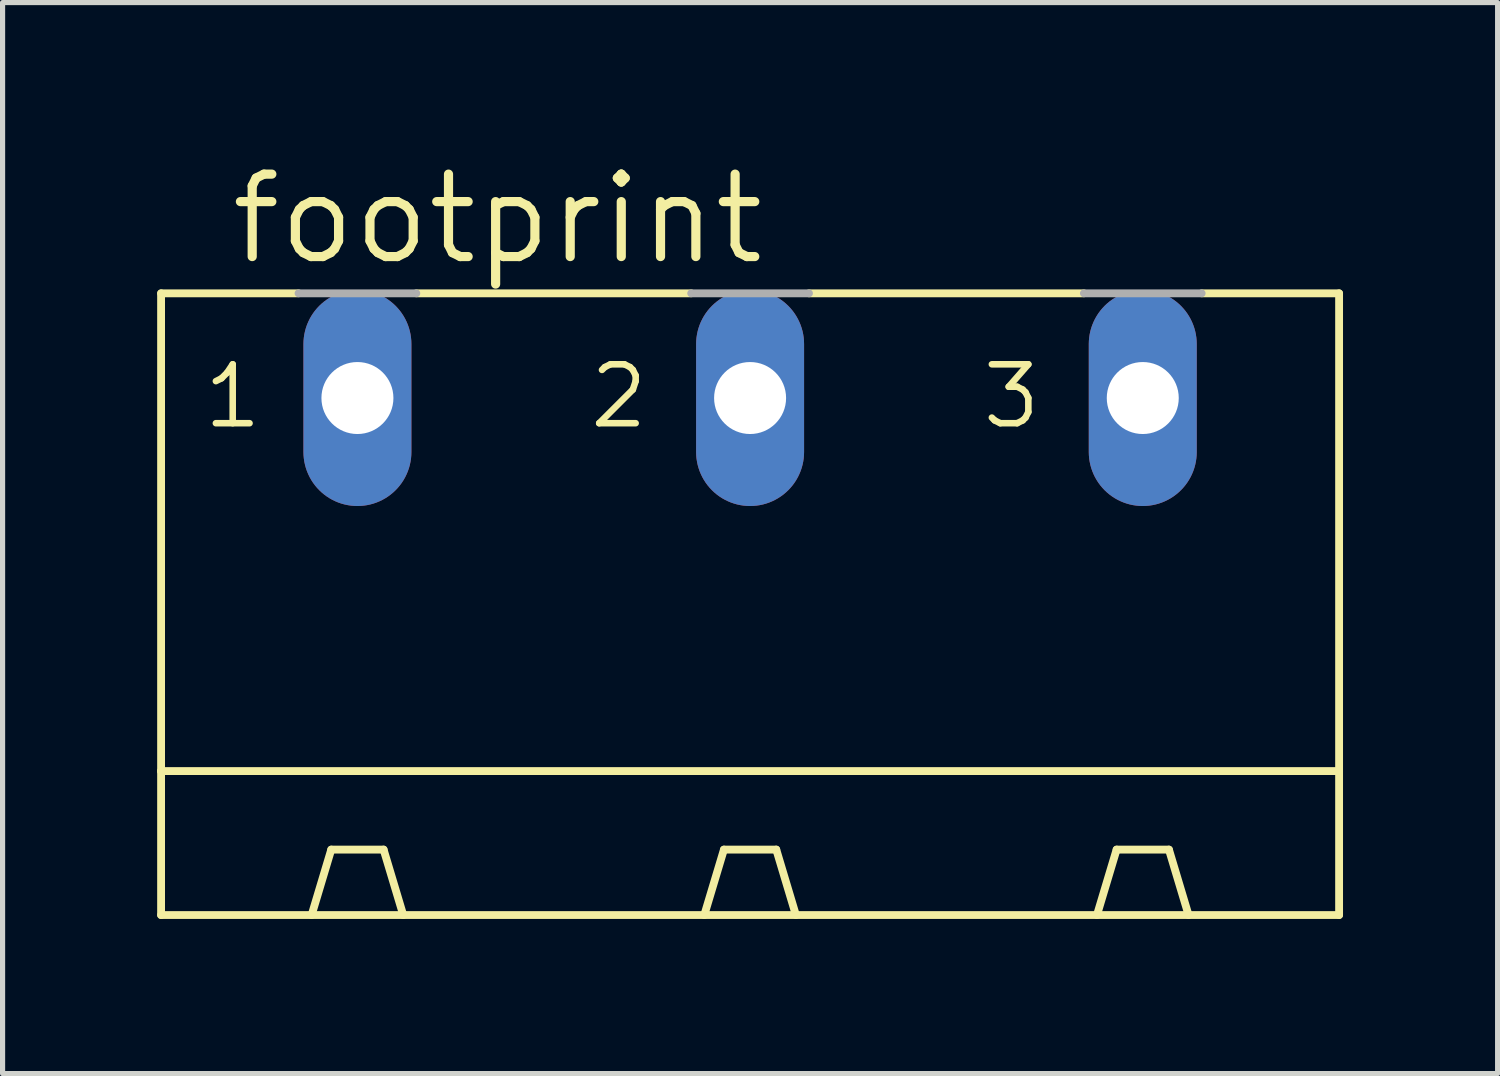
<source format=kicad_pcb>
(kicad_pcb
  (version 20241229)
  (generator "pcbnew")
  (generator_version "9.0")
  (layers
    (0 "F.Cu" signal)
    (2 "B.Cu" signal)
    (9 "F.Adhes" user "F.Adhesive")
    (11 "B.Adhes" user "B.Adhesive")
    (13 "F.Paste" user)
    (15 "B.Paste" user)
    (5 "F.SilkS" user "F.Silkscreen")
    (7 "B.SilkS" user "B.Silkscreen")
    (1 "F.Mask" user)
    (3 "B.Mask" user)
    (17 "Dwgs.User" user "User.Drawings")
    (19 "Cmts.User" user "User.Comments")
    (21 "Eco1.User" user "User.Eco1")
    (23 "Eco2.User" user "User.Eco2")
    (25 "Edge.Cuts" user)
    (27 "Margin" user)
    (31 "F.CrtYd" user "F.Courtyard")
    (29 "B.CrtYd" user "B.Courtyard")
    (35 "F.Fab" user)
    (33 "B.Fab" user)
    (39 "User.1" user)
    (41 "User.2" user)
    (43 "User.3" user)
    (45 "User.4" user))
  (footprint "footprint"
    (layer "F.Cu")
    (at 11.506 9.754)
    (property "Reference" "footprint" (at -10.16 -7.62 0) (layer "F.SilkS") (effects (font (size 1.6 1.6) (thickness 0.178)) (justify left bottom)))
    (fp_line (start -11.43 -7.112) (end -11.43 2.159) (stroke (width 0.152) (type solid)) (layer "F.SilkS"))
    (fp_line (start -11.43 -7.112) (end -8.763 -7.112) (stroke (width 0.152) (type solid)) (layer "F.SilkS"))
    (fp_line (start -11.43 2.159) (end -11.43 4.953) (stroke (width 0.152) (type solid)) (layer "F.SilkS"))
    (fp_line (start -11.43 2.159) (end 11.43 2.159) (stroke (width 0.152) (type solid)) (layer "F.SilkS"))
    (fp_line (start -8.509 4.953) (end -8.128 3.683) (stroke (width 0.152) (type solid)) (layer "F.SilkS"))
    (fp_line (start -7.112 3.683) (end -8.128 3.683) (stroke (width 0.152) (type solid)) (layer "F.SilkS"))
    (fp_line (start -6.731 4.953) (end -7.112 3.683) (stroke (width 0.152) (type solid)) (layer "F.SilkS"))
    (fp_line (start -6.477 -7.112) (end -1.143 -7.112) (stroke (width 0.152) (type solid)) (layer "F.SilkS"))
    (fp_line (start -0.889 4.953) (end -0.508 3.683) (stroke (width 0.152) (type solid)) (layer "F.SilkS"))
    (fp_line (start -0.508 3.683) (end 0.508 3.683) (stroke (width 0.152) (type solid)) (layer "F.SilkS"))
    (fp_line (start 0.889 4.953) (end 0.508 3.683) (stroke (width 0.152) (type solid)) (layer "F.SilkS"))
    (fp_line (start 1.143 -7.112) (end 6.477 -7.112) (stroke (width 0.152) (type solid)) (layer "F.SilkS"))
    (fp_line (start 6.731 4.953) (end 7.112 3.683) (stroke (width 0.152) (type solid)) (layer "F.SilkS"))
    (fp_line (start 7.112 3.683) (end 8.128 3.683) (stroke (width 0.152) (type solid)) (layer "F.SilkS"))
    (fp_line (start 8.509 4.953) (end 8.128 3.683) (stroke (width 0.152) (type solid)) (layer "F.SilkS"))
    (fp_line (start 8.763 -7.112) (end 11.43 -7.112) (stroke (width 0.152) (type solid)) (layer "F.SilkS"))
    (fp_line (start 11.43 -7.112) (end 11.43 2.159) (stroke (width 0.152) (type solid)) (layer "F.SilkS"))
    (fp_line (start 11.43 2.159) (end 11.43 4.953) (stroke (width 0.152) (type solid)) (layer "F.SilkS"))
    (fp_line (start 11.43 4.953) (end -11.43 4.953) (stroke (width 0.152) (type solid)) (layer "F.SilkS"))
    (fp_line (start -8.763 -7.112) (end -6.477 -7.112) (stroke (width 0.152) (type solid)) (layer "F.Fab"))
    (fp_line (start -1.143 -7.112) (end 1.143 -7.112) (stroke (width 0.152) (type solid)) (layer "F.Fab"))
    (fp_line (start 6.477 -7.112) (end 8.763 -7.112) (stroke (width 0.152) (type solid)) (layer "F.Fab"))
    (fp_text user "1" (at -10.668 -4.445 0) (layer "F.SilkS") (effects (font (size 1.143 1.143) (thickness 0.127)) (justify left bottom)))
    (fp_text user "2" (at -3.175 -4.445 0) (layer "F.SilkS") (effects (font (size 1.143 1.143) (thickness 0.127)) (justify left bottom)))
    (fp_text user "3" (at 4.445 -4.445 0) (layer "F.SilkS") (effects (font (size 1.143 1.143) (thickness 0.127)) (justify left bottom)))
    (pad "1" thru_hole oval (at -7.62 -5.08 90) (size 4.191 2.095) (drill 1.397) (layers "*.Cu" "*.Mask"))
    (pad "2" thru_hole oval (at 0 -5.08 90) (size 4.191 2.095) (drill 1.397) (layers "*.Cu" "*.Mask"))
    (pad "3" thru_hole oval (at 7.62 -5.08 90) (size 4.191 2.095) (drill 1.397) (layers "*.Cu" "*.Mask")))
  (gr_rect
    (start -3 -3)
    (end 26.012 17.783)
    (stroke (width 0.1) (type default))
    (fill no)
    (layer "Edge.Cuts")))
</source>
